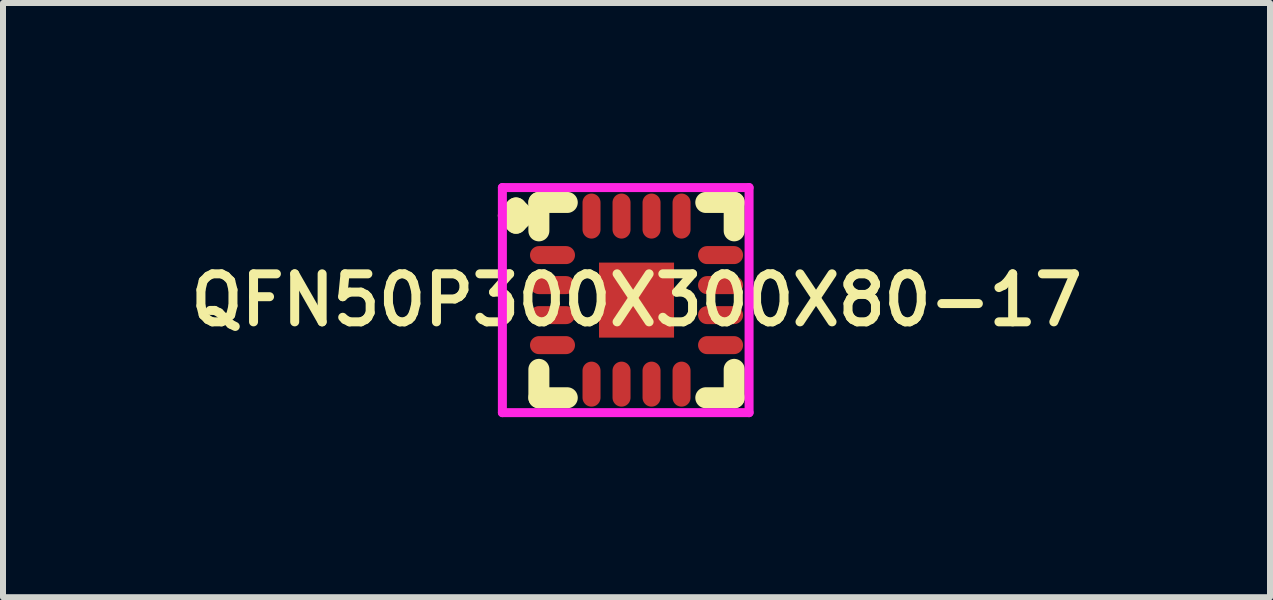
<source format=kicad_pcb>
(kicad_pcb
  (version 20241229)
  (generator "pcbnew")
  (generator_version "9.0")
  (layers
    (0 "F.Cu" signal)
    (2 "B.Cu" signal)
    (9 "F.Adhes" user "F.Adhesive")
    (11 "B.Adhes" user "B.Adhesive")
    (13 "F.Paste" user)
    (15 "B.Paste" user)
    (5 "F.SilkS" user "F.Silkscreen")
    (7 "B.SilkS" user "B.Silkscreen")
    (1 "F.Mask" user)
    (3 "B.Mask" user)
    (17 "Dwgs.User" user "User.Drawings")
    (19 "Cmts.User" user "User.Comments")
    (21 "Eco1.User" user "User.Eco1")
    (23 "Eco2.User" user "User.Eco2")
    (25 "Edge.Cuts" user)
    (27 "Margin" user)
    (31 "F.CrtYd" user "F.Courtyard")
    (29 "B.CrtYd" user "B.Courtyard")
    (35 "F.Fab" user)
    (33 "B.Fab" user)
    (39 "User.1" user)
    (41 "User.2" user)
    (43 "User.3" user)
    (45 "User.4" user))
  (footprint "QFN50P300X300X80-17"
    (layer "F.Cu")
    (at 7.555 1.95)
    (property "Reference" "QFN50P300X300X80-17" (at 0 0 0) (layer "F.SilkS") (effects (font (size 0.8 0.8) (thickness 0.15))))
    (attr smd)
    (fp_line (start -2.135 -1.408) (end -2.008 -1.535) (stroke (width 0.35) (type solid)) (layer "F.SilkS"))
    (fp_line (start -2.008 -1.535) (end -1.881 -1.408) (stroke (width 0.35) (type solid)) (layer "F.SilkS"))
    (fp_line (start -2.008 -1.281) (end -2.135 -1.408) (stroke (width 0.35) (type solid)) (layer "F.SilkS"))
    (fp_line (start -1.881 -1.408) (end -2.008 -1.281) (stroke (width 0.35) (type solid)) (layer "F.SilkS"))
    (fp_line (start -1.627 -1.627) (end -1.154 -1.627) (stroke (width 0.35) (type solid)) (layer "F.SilkS"))
    (fp_line (start -1.627 -1.154) (end -1.627 -1.627) (stroke (width 0.35) (type solid)) (layer "F.SilkS"))
    (fp_line (start -1.627 1.154) (end -1.627 1.627) (stroke (width 0.35) (type solid)) (layer "F.SilkS"))
    (fp_line (start -1.627 1.627) (end -1.154 1.627) (stroke (width 0.35) (type solid)) (layer "F.SilkS"))
    (fp_line (start 1.154 -1.627) (end 1.627 -1.627) (stroke (width 0.35) (type solid)) (layer "F.SilkS"))
    (fp_line (start 1.154 1.627) (end 1.627 1.627) (stroke (width 0.35) (type solid)) (layer "F.SilkS"))
    (fp_line (start 1.627 -1.627) (end 1.627 -1.154) (stroke (width 0.35) (type solid)) (layer "F.SilkS"))
    (fp_line (start 1.627 1.627) (end 1.627 1.154) (stroke (width 0.35) (type solid)) (layer "F.SilkS"))
    (fp_line (start -2.235 -1.875) (end 1.875 -1.875) (stroke (width 0.15) (type solid)) (layer "F.CrtYd"))
    (fp_line (start -2.235 1.875) (end -2.235 -1.875) (stroke (width 0.15) (type solid)) (layer "F.CrtYd"))
    (fp_line (start 1.875 -1.875) (end 1.875 1.875) (stroke (width 0.15) (type solid)) (layer "F.CrtYd"))
    (fp_line (start 1.875 1.875) (end -2.235 1.875) (stroke (width 0.15) (type solid)) (layer "F.CrtYd"))
    (pad "1" smd oval (at -1.4 -0.75) (size 0.75 0.3) (layers "F.Cu" "F.Mask" "F.Paste"))
    (pad "2" smd oval (at -1.4 -0.25) (size 0.75 0.3) (layers "F.Cu" "F.Mask" "F.Paste"))
    (pad "3" smd oval (at -1.4 0.25) (size 0.75 0.3) (layers "F.Cu" "F.Mask" "F.Paste"))
    (pad "4" smd oval (at -1.4 0.75) (size 0.75 0.3) (layers "F.Cu" "F.Mask" "F.Paste"))
    (pad "5" smd oval (at -0.75 1.4) (size 0.3 0.75) (layers "F.Cu" "F.Mask" "F.Paste"))
    (pad "6" smd oval (at -0.25 1.4) (size 0.3 0.75) (layers "F.Cu" "F.Mask" "F.Paste"))
    (pad "7" smd oval (at 0.25 1.4) (size 0.3 0.75) (layers "F.Cu" "F.Mask" "F.Paste"))
    (pad "8" smd oval (at 0.75 1.4) (size 0.3 0.75) (layers "F.Cu" "F.Mask" "F.Paste"))
    (pad "9" smd oval (at 1.4 0.75) (size 0.75 0.3) (layers "F.Cu" "F.Mask" "F.Paste"))
    (pad "10" smd oval (at 1.4 0.25) (size 0.75 0.3) (layers "F.Cu" "F.Mask" "F.Paste"))
    (pad "11" smd oval (at 1.4 -0.25) (size 0.75 0.3) (layers "F.Cu" "F.Mask" "F.Paste"))
    (pad "12" smd oval (at 1.4 -0.75) (size 0.75 0.3) (layers "F.Cu" "F.Mask" "F.Paste"))
    (pad "13" smd oval (at 0.75 -1.4) (size 0.3 0.75) (layers "F.Cu" "F.Mask" "F.Paste"))
    (pad "14" smd oval (at 0.25 -1.4) (size 0.3 0.75) (layers "F.Cu" "F.Mask" "F.Paste"))
    (pad "15" smd oval (at -0.25 -1.4) (size 0.3 0.75) (layers "F.Cu" "F.Mask" "F.Paste"))
    (pad "16" smd oval (at -0.75 -1.4) (size 0.3 0.75) (layers "F.Cu" "F.Mask" "F.Paste"))
    (pad "17" smd rect (at 0 0) (size 1.25 1.25) (layers "F.Cu" "F.Mask" "F.Paste")))
  (gr_rect
    (start -3 -3)
    (end 18.109 6.9)
    (stroke (width 0.1) (type default))
    (fill no)
    (layer "Edge.Cuts")))
</source>
